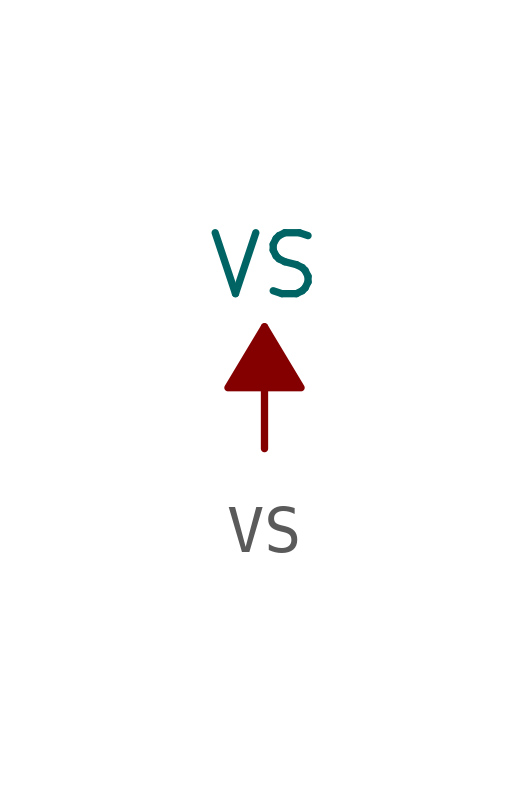
<source format=kicad_sym>
(kicad_symbol_lib
  (version 20211014)
  (generator kicad_symbol_editor)
  (symbol "power1:VS"
    (power)
    (pin_names
      (offset 0))
    (property "Reference" "#PWR"
      (at -5.08 -3.81 0)
      (effects (font (size 1.27 1.27)) hide))
    (property "Value" "VS"
      (at 0 3.81 0)
      (effects (font (size 1.27 1.27))))
    (symbol "VS_0_1"
      (polyline (pts (xy 0 0) (xy 0 2.54)) (stroke (width 0) (type default) (color 0 0 0 0)) (fill (type none)))
      (polyline (pts (xy 0.762 1.27) (xy -0.762 1.27) (xy 0 2.54) (xy 0.762 1.27)) (stroke (width 0) (type default) (color 0 0 0 0)) (fill (type outline))))
    (symbol "VS_1_1"
      (pin power_in line (at 0 0 90) (length 0) hide (name "VS" (effects (font (size 1.27 1.27)))) (number "1" (effects (font (size 1.27 1.27))))))))
</source>
